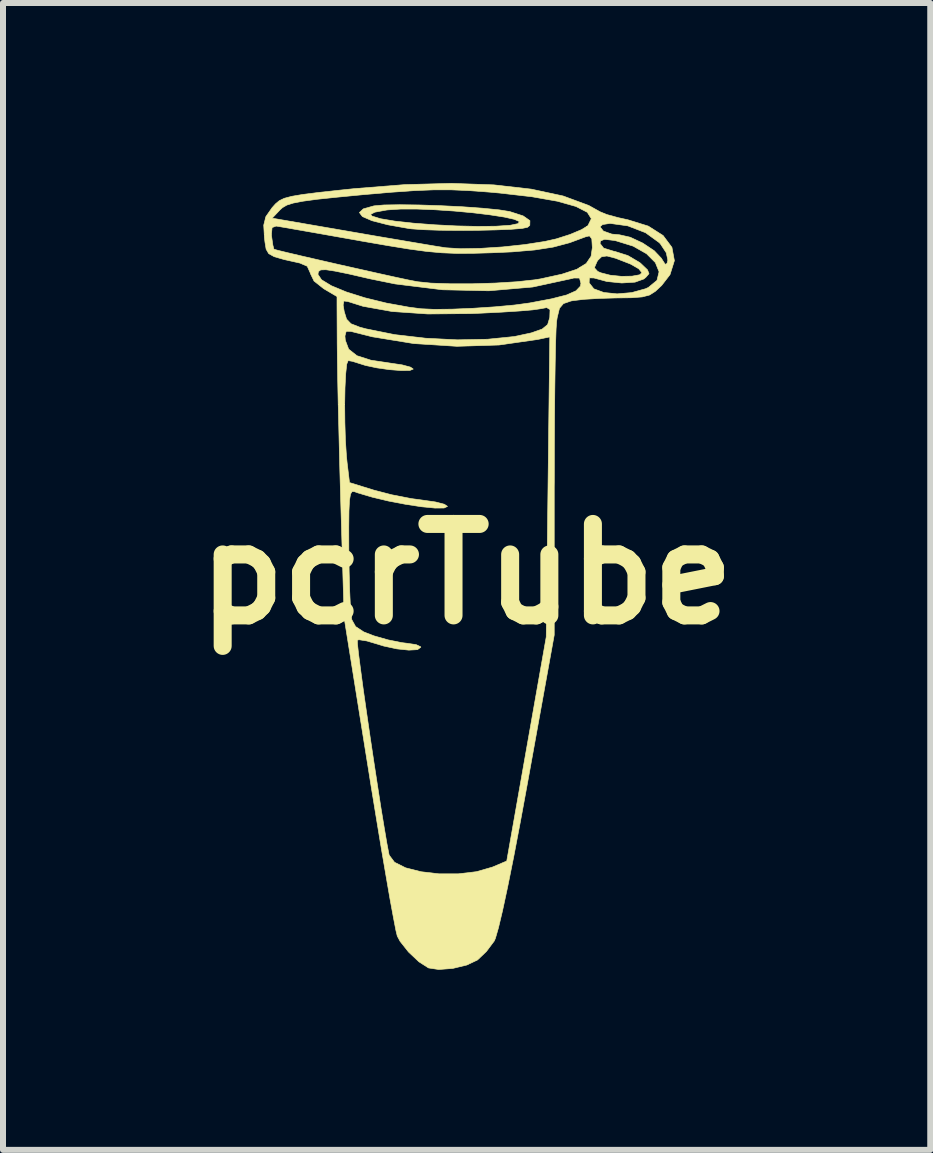
<source format=kicad_pcb>
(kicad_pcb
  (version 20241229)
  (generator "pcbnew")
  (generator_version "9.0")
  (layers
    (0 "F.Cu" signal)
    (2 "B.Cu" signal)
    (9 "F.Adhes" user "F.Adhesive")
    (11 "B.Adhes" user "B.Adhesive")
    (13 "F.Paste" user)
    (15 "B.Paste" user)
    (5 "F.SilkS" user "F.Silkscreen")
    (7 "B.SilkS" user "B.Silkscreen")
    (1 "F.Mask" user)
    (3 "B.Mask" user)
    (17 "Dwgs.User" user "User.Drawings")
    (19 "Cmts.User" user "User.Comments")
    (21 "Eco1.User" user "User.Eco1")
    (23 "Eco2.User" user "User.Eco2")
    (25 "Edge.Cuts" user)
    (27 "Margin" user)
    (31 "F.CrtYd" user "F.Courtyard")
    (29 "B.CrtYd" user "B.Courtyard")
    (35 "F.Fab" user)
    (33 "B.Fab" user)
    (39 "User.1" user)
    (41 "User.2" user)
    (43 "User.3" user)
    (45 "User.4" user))
  (footprint "pcrTube"
    (layer "F.Cu")
    (at 4.724 6.514)
    (property "Reference" "pcrTube" (at 0 0 0) (layer "F.SilkS") (effects (font (size 1.524 1.524) (thickness 0.3))))
    (attr through_hole)
    (fp_poly (pts (xy -0.789 -6.149) (xy -0.429 -6.137) (xy -0.067 -6.119) (xy 0.266 -6.095) (xy 0.539 -6.068) (xy 0.721 -6.039) (xy 0.722 -6.038) (xy 0.942 -5.967) (xy 1.055 -5.888) (xy 1.053 -5.809) (xy 1.015 -5.777) (xy 0.924 -5.758) (xy 0.734 -5.743) (xy 0.473 -5.733) (xy 0.169 -5.726) (xy -0.15 -5.725) (xy -0.456 -5.728) (xy -0.721 -5.737) (xy -0.917 -5.751) (xy -0.953 -5.755) (xy -1.314 -5.819) (xy -1.577 -5.887) (xy -1.736 -5.956) (xy -1.764 -5.993) (xy -1.599 -5.993) (xy -1.576 -5.964) (xy -1.435 -5.92) (xy -1.196 -5.88) (xy -0.887 -5.846) (xy -0.535 -5.819) (xy -0.17 -5.8) (xy 0.182 -5.792) (xy 0.49 -5.795) (xy 0.728 -5.811) (xy 0.857 -5.838) (xy 0.88 -5.872) (xy 0.795 -5.91) (xy 0.624 -5.948) (xy 0.386 -5.985) (xy 0.102 -6.019) (xy -0.209 -6.048) (xy -0.526 -6.069) (xy -0.828 -6.081) (xy -1.097 -6.081) (xy -1.312 -6.067) (xy -1.337 -6.064) (xy -1.528 -6.029) (xy -1.599 -5.993) (xy -1.764 -5.993) (xy -1.786 -6.023) (xy -1.721 -6.084) (xy -1.544 -6.134) (xy -1.377 -6.149) (xy -1.115 -6.153) (xy -0.789 -6.149)) (stroke (width 0.01) (type solid)) (fill yes) (layer "F.SilkS"))
    (fp_poly (pts (xy 0.453 -6.484) (xy 1.077 -6.413) (xy 1.608 -6.299) (xy 2.035 -6.141) (xy 2.223 -6.036) (xy 2.335 -5.99) (xy 2.525 -5.938) (xy 2.688 -5.902) (xy 3.027 -5.797) (xy 3.274 -5.64) (xy 3.421 -5.443) (xy 3.462 -5.221) (xy 3.389 -4.988) (xy 3.25 -4.808) (xy 3.145 -4.71) (xy 3.049 -4.649) (xy 2.927 -4.617) (xy 2.744 -4.603) (xy 2.491 -4.6) (xy 2.211 -4.592) (xy 1.957 -4.577) (xy 1.773 -4.555) (xy 1.739 -4.549) (xy 1.614 -4.506) (xy 1.547 -4.427) (xy 1.509 -4.271) (xy 1.5 -4.211) (xy 1.491 -4.083) (xy 1.483 -3.843) (xy 1.476 -3.509) (xy 1.47 -3.095) (xy 1.465 -2.617) (xy 1.462 -2.092) (xy 1.461 -1.535) (xy 1.46 -1.452) (xy 1.46 1.016) (xy 1.017 3.469) (xy 0.895 4.133) (xy 0.784 4.716) (xy 0.685 5.208) (xy 0.6 5.604) (xy 0.531 5.894) (xy 0.48 6.07) (xy 0.461 6.114) (xy 0.33 6.289) (xy 0.182 6.43) (xy 0.005 6.514) (xy -0.23 6.571) (xy -0.464 6.589) (xy -0.635 6.563) (xy -0.794 6.461) (xy -0.968 6.297) (xy -1.108 6.12) (xy -1.155 6.032) (xy -1.178 5.937) (xy -1.218 5.73) (xy -1.274 5.426) (xy -1.341 5.039) (xy -1.419 4.583) (xy -1.503 4.073) (xy -1.593 3.523) (xy -1.628 3.302) (xy -2.04 0.73) (xy -2.097 -1.206) (xy -2.112 -1.734) (xy -2.125 -2.259) (xy -2.137 -2.758) (xy -2.139 -2.824) (xy -2.031 -2.824) (xy -2.028 -2.523) (xy -2.019 -2.229) (xy -2.002 -1.966) (xy -1.991 -1.857) (xy -1.951 -1.524) (xy -1.545 -1.398) (xy -1.249 -1.321) (xy -0.921 -1.257) (xy -0.729 -1.231) (xy -0.519 -1.201) (xy -0.371 -1.163) (xy -0.318 -1.127) (xy -0.375 -1.1) (xy -0.528 -1.099) (xy -0.752 -1.121) (xy -1.018 -1.162) (xy -1.301 -1.216) (xy -1.573 -1.281) (xy -1.809 -1.351) (xy -1.871 -1.373) (xy -1.908 -1.374) (xy -1.934 -1.332) (xy -1.951 -1.23) (xy -1.96 -1.051) (xy -1.963 -0.779) (xy -1.962 -0.404) (xy -1.957 -0.047) (xy -1.948 0.276) (xy -1.936 0.537) (xy -1.921 0.712) (xy -1.912 0.762) (xy -1.849 0.875) (xy -1.712 0.965) (xy -1.543 1.03) (xy -1.308 1.097) (xy -1.079 1.143) (xy -0.99 1.154) (xy -0.841 1.176) (xy -0.765 1.212) (xy -0.762 1.219) (xy -0.818 1.26) (xy -0.962 1.268) (xy -1.162 1.247) (xy -1.384 1.199) (xy -1.484 1.168) (xy -1.663 1.115) (xy -1.789 1.095) (xy -1.82 1.1) (xy -1.818 1.167) (xy -1.799 1.34) (xy -1.765 1.6) (xy -1.721 1.928) (xy -1.667 2.303) (xy -1.608 2.708) (xy -1.546 3.122) (xy -1.484 3.526) (xy -1.426 3.901) (xy -1.372 4.228) (xy -1.328 4.487) (xy -1.295 4.66) (xy -1.29 4.683) (xy -1.201 4.802) (xy -1.015 4.895) (xy -0.758 4.96) (xy -0.458 4.995) (xy -0.141 4.995) (xy 0.165 4.959) (xy 0.432 4.882) (xy 0.446 4.876) (xy 0.669 4.781) (xy 1.327 1.048) (xy 1.386 -3.951) (xy 1.185 -3.908) (xy 0.542 -3.816) (xy -0.161 -3.794) (xy -0.881 -3.84) (xy -1.573 -3.953) (xy -1.926 -4.042) (xy -2.006 -4.045) (xy -2.027 -3.966) (xy -2.021 -3.896) (xy -1.965 -3.747) (xy -1.828 -3.638) (xy -1.595 -3.563) (xy -1.277 -3.515) (xy -1.074 -3.485) (xy -0.934 -3.447) (xy -0.889 -3.415) (xy -0.945 -3.392) (xy -1.089 -3.39) (xy -1.285 -3.405) (xy -1.495 -3.435) (xy -1.684 -3.475) (xy -1.766 -3.501) (xy -1.903 -3.544) (xy -1.973 -3.556) (xy -1.997 -3.497) (xy -2.014 -3.338) (xy -2.026 -3.105) (xy -2.031 -2.824) (xy -2.139 -2.824) (xy -2.147 -3.207) (xy -2.153 -3.58) (xy -2.156 -3.854) (xy -2.156 -3.883) (xy -2.159 -4.482) (xy -2.057 -4.482) (xy -2.039 -4.373) (xy -2 -4.247) (xy -1.926 -4.17) (xy -1.78 -4.113) (xy -1.671 -4.084) (xy -1.199 -3.989) (xy -0.682 -3.929) (xy -0.154 -3.902) (xy 0.35 -3.912) (xy 0.795 -3.957) (xy 1.079 -4.018) (xy 1.26 -4.082) (xy 1.35 -4.156) (xy 1.385 -4.272) (xy 1.386 -4.281) (xy 1.39 -4.406) (xy 1.335 -4.439) (xy 1.227 -4.419) (xy 1.102 -4.401) (xy 0.877 -4.382) (xy 0.58 -4.363) (xy 0.237 -4.346) (xy 0.063 -4.339) (xy -0.647 -4.333) (xy -1.242 -4.374) (xy -1.726 -4.461) (xy -1.977 -4.54) (xy -2.044 -4.549) (xy -2.057 -4.482) (xy -2.159 -4.482) (xy -2.159 -4.623) (xy -2.381 -4.754) (xy -2.542 -4.882) (xy -2.596 -4.993) (xy -2.477 -4.993) (xy -2.417 -4.903) (xy -2.253 -4.803) (xy -2.004 -4.7) (xy -1.693 -4.602) (xy -1.339 -4.515) (xy -0.965 -4.447) (xy -0.762 -4.42) (xy -0.545 -4.41) (xy -0.242 -4.413) (xy 0.111 -4.428) (xy 0.473 -4.452) (xy 0.806 -4.483) (xy 1.048 -4.516) (xy 1.414 -4.585) (xy 1.668 -4.65) (xy 1.823 -4.719) (xy 1.896 -4.796) (xy 1.905 -4.843) (xy 1.903 -4.851) (xy 2.042 -4.851) (xy 2.12 -4.752) (xy 2.286 -4.691) (xy 2.508 -4.668) (xy 2.75 -4.689) (xy 2.981 -4.753) (xy 3.029 -4.775) (xy 3.172 -4.893) (xy 3.207 -5.036) (xy 3.145 -5.189) (xy 2.997 -5.337) (xy 2.775 -5.463) (xy 2.491 -5.551) (xy 2.458 -5.558) (xy 2.299 -5.577) (xy 2.232 -5.55) (xy 2.223 -5.508) (xy 2.283 -5.43) (xy 2.458 -5.376) (xy 2.473 -5.374) (xy 2.689 -5.305) (xy 2.884 -5.19) (xy 2.902 -5.175) (xy 3.014 -5.068) (xy 3.039 -5.004) (xy 2.985 -4.942) (xy 2.953 -4.916) (xy 2.806 -4.863) (xy 2.585 -4.849) (xy 2.337 -4.874) (xy 2.12 -4.933) (xy 2.045 -4.934) (xy 2.042 -4.851) (xy 1.903 -4.851) (xy 1.881 -4.931) (xy 1.786 -4.932) (xy 1.762 -4.925) (xy 1.102 -4.782) (xy 0.371 -4.719) (xy -0.402 -4.736) (xy -1.19 -4.833) (xy -1.612 -4.919) (xy -1.954 -4.998) (xy -2.193 -5.047) (xy -2.345 -5.07) (xy -2.431 -5.067) (xy -2.468 -5.04) (xy -2.477 -4.993) (xy -2.596 -4.993) (xy -2.603 -5.009) (xy -2.603 -5.013) (xy -2.655 -5.128) (xy -2.778 -5.181) (xy -3.041 -5.24) (xy -3.205 -5.287) (xy -3.297 -5.338) (xy -3.34 -5.412) (xy -3.359 -5.527) (xy -3.369 -5.61) (xy -3.371 -5.653) (xy -3.252 -5.653) (xy -3.248 -5.62) (xy -3.228 -5.48) (xy -3.21 -5.412) (xy -3.147 -5.394) (xy -2.983 -5.354) (xy -2.741 -5.297) (xy -2.445 -5.229) (xy -2.118 -5.154) (xy -1.783 -5.079) (xy -1.463 -5.007) (xy -1.182 -4.945) (xy -0.962 -4.898) (xy -0.827 -4.872) (xy -0.826 -4.871) (xy -0.594 -4.847) (xy -0.273 -4.836) (xy 0.097 -4.836) (xy 0.481 -4.848) (xy 0.839 -4.87) (xy 1.134 -4.902) (xy 1.228 -4.917) (xy 1.588 -4.996) (xy 1.837 -5.078) (xy 1.877 -5.103) (xy 2.129 -5.103) (xy 2.184 -5.042) (xy 2.237 -5.019) (xy 2.392 -4.979) (xy 2.579 -4.96) (xy 2.757 -4.963) (xy 2.884 -4.986) (xy 2.921 -5.02) (xy 2.868 -5.086) (xy 2.738 -5.161) (xy 2.715 -5.171) (xy 2.483 -5.261) (xy 2.338 -5.299) (xy 2.249 -5.287) (xy 2.187 -5.227) (xy 2.173 -5.205) (xy 2.129 -5.103) (xy 1.877 -5.103) (xy 1.993 -5.174) (xy 2.074 -5.294) (xy 2.095 -5.438) (xy 2.086 -5.585) (xy 2.047 -5.634) (xy 1.984 -5.619) (xy 1.714 -5.519) (xy 1.442 -5.447) (xy 1.133 -5.399) (xy 0.755 -5.367) (xy 0.413 -5.352) (xy 0.098 -5.343) (xy -0.168 -5.342) (xy -0.413 -5.352) (xy -0.666 -5.375) (xy -0.956 -5.414) (xy -1.313 -5.472) (xy -1.764 -5.55) (xy -1.778 -5.553) (xy -2.174 -5.623) (xy -2.53 -5.686) (xy -2.827 -5.738) (xy -3.045 -5.776) (xy -3.163 -5.796) (xy -3.175 -5.797) (xy -3.241 -5.772) (xy -3.252 -5.653) (xy -3.371 -5.653) (xy -3.38 -5.813) (xy -3.351 -5.929) (xy -3.239 -5.929) (xy -1.889 -5.696) (xy -1.479 -5.625) (xy -1.1 -5.561) (xy -0.776 -5.506) (xy -0.526 -5.464) (xy -0.374 -5.44) (xy -0.349 -5.436) (xy -0.101 -5.42) (xy 0.23 -5.426) (xy 0.602 -5.45) (xy 0.974 -5.49) (xy 1.302 -5.541) (xy 1.494 -5.584) (xy 1.725 -5.658) (xy 1.915 -5.738) (xy 1.991 -5.785) (xy 2.223 -5.785) (xy 2.279 -5.714) (xy 2.419 -5.664) (xy 2.548 -5.652) (xy 2.725 -5.612) (xy 2.935 -5.514) (xy 3.127 -5.386) (xy 3.248 -5.258) (xy 3.249 -5.254) (xy 3.309 -5.16) (xy 3.339 -5.174) (xy 3.353 -5.229) (xy 3.327 -5.352) (xy 3.229 -5.501) (xy 3.209 -5.522) (xy 2.981 -5.687) (xy 2.686 -5.801) (xy 2.39 -5.842) (xy 2.266 -5.823) (xy 2.223 -5.785) (xy 1.991 -5.785) (xy 2.021 -5.804) (xy 2.078 -5.92) (xy 2.011 -6.027) (xy 1.822 -6.124) (xy 1.514 -6.211) (xy 1.088 -6.286) (xy 0.547 -6.348) (xy 0.381 -6.363) (xy 0.045 -6.388) (xy -0.254 -6.401) (xy -0.548 -6.401) (xy -0.87 -6.388) (xy -1.254 -6.361) (xy -1.728 -6.32) (xy -2.163 -6.278) (xy -2.488 -6.244) (xy -2.724 -6.212) (xy -2.886 -6.181) (xy -2.995 -6.147) (xy -3.067 -6.105) (xy -3.11 -6.066) (xy -3.239 -5.929) (xy -3.351 -5.929) (xy -3.344 -5.956) (xy -3.245 -6.097) (xy -3.242 -6.102) (xy -3.183 -6.168) (xy -3.121 -6.22) (xy -3.038 -6.26) (xy -2.914 -6.293) (xy -2.731 -6.324) (xy -2.47 -6.357) (xy -2.112 -6.396) (xy -1.873 -6.421) (xy -1.032 -6.488) (xy -0.253 -6.509) (xy 0.453 -6.484)) (stroke (width 0.01) (type solid)) (fill yes) (layer "F.SilkS")))
  (gr_rect
    (start -3 -3)
    (end 12.449 16.108)
    (stroke (width 0.1) (type default))
    (fill no)
    (layer "Edge.Cuts")))
</source>
